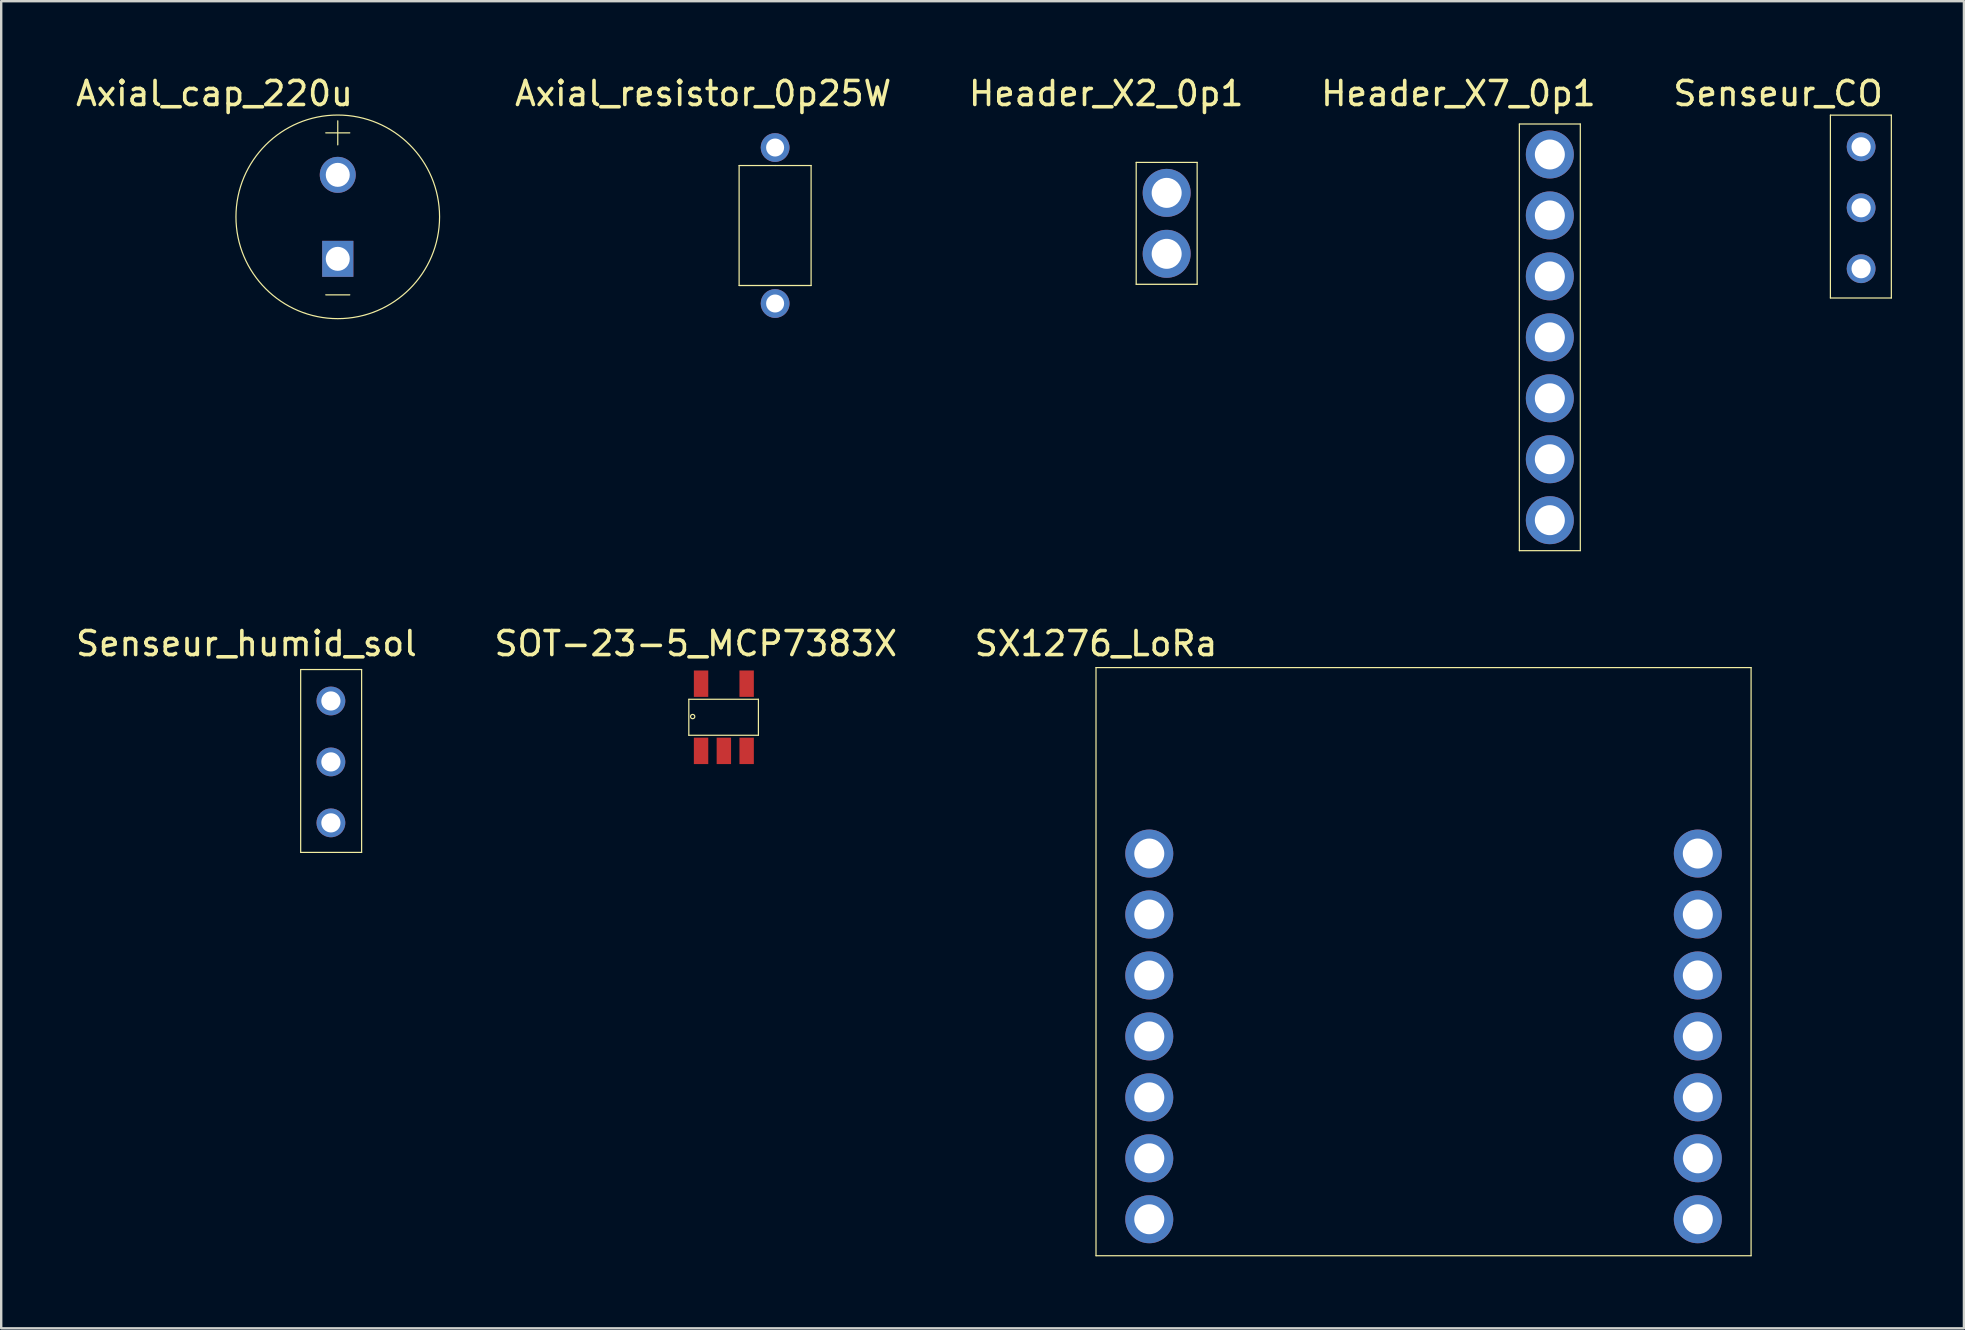
<source format=kicad_pcb>
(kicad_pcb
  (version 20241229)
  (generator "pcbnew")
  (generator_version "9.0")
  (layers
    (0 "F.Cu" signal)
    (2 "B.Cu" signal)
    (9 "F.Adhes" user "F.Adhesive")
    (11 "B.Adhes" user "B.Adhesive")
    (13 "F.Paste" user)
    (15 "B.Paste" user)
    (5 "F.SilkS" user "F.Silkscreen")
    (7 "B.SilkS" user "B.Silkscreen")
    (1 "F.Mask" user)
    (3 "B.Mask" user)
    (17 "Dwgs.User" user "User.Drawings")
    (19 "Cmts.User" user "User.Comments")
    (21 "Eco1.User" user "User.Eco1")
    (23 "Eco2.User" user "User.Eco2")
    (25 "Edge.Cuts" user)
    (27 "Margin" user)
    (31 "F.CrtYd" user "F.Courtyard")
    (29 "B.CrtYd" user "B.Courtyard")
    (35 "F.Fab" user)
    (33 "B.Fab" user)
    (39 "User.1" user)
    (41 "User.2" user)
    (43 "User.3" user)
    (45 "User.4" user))
  (footprint "Senseur_CO"
    (layer "F.Cu")
    (at 73.23 1.748)
    (property "Reference" "Senseur_CO" (at -2.18 -0.9 0) (layer "F.SilkS") (effects (font (size 1 1) (thickness 0.15))))
    (attr through_hole)
    (fp_line (start 0 0) (end 0 7.62) (stroke (width 0.05) (type solid)) (layer "F.SilkS"))
    (fp_line (start 0 7.62) (end 2.54 7.62) (stroke (width 0.05) (type solid)) (layer "F.SilkS"))
    (fp_line (start 2.54 0) (end 0 0) (stroke (width 0.05) (type solid)) (layer "F.SilkS"))
    (fp_line (start 2.54 7.62) (end 2.54 0) (stroke (width 0.05) (type solid)) (layer "F.SilkS"))
    (pad "1" thru_hole circle (at 1.28 1.32) (size 1.2 1.2) (drill 0.8) (layers "*.Cu" "*.Mask"))
    (pad "2" thru_hole circle (at 1.28 3.86) (size 1.2 1.2) (drill 0.8) (layers "*.Cu" "*.Mask"))
    (pad "3" thru_hole circle (at 1.28 6.4) (size 1.2 1.2) (drill 0.8) (layers "*.Cu" "*.Mask")))
  (footprint "Axial_resistor_0p25W"
    (layer "F.Cu")
    (at 27.752 2.348)
    (property "Reference" "Axial_resistor_0p25W" (at -1.5 -1.5 0) (layer "F.SilkS") (effects (font (size 1 1) (thickness 0.15))))
    (attr through_hole)
    (fp_line (start 0 1.5) (end 1.5 1.5) (stroke (width 0.05) (type solid)) (layer "F.SilkS"))
    (fp_line (start 0 6.5) (end 0 1.5) (stroke (width 0.05) (type solid)) (layer "F.SilkS"))
    (fp_line (start 1.5 1.5) (end 3 1.5) (stroke (width 0.05) (type solid)) (layer "F.SilkS"))
    (fp_line (start 3 1.5) (end 3 6.5) (stroke (width 0.05) (type solid)) (layer "F.SilkS"))
    (fp_line (start 3 6.5) (end 0 6.5) (stroke (width 0.05) (type solid)) (layer "F.SilkS"))
    (pad "1" thru_hole circle (at 1.5 0.75) (size 1.2 1.2) (drill 0.75) (layers "*.Cu" "*.Mask"))
    (pad "2" thru_hole circle (at 1.5 7.25) (size 1.2 1.2) (drill 0.75) (layers "*.Cu" "*.Mask")))
  (footprint "Axial_cap_220u"
    (layer "F.Cu")
    (at 6.776 1.737)
    (property "Reference" "Axial_cap_220u" (at -0.889 -0.889 0) (layer "F.SilkS") (effects (font (size 1 1) (thickness 0.15))))
    (attr through_hole)
    (fp_line (start 3.75 0.75) (end 4.75 0.75) (stroke (width 0.05) (type solid)) (layer "F.SilkS"))
    (fp_line (start 3.75 7.5) (end 4.75 7.5) (stroke (width 0.05) (type solid)) (layer "F.SilkS"))
    (fp_line (start 4.25 0.25) (end 4.25 1.25) (stroke (width 0.05) (type solid)) (layer "F.SilkS"))
    (fp_circle (center 4.25 4.25) (end 7.25 7.25) (stroke (width 0.05) (type solid)) (fill no) (layer "F.SilkS"))
    (pad "1" thru_hole circle (at 4.25 2.5) (size 1.5 1.5) (drill 1) (layers "*.Cu" "*.Mask"))
    (pad "2" thru_hole rect (at 4.25 6) (size 1.3 1.5) (drill 1) (layers "*.Cu" "*.Mask")))
  (footprint "Header_X7_0p1"
    (layer "F.Cu")
    (at 60.268 2.118)
    (property "Reference" "Header_X7_0p1" (at -2.54 -1.27 0) (layer "F.SilkS") (effects (font (size 1 1) (thickness 0.15))))
    (attr through_hole)
    (fp_line (start 0 0) (end 0 17.78) (stroke (width 0.05) (type solid)) (layer "F.SilkS"))
    (fp_line (start 0 17.78) (end 2.54 17.78) (stroke (width 0.05) (type solid)) (layer "F.SilkS"))
    (fp_line (start 2.54 0) (end 0 0) (stroke (width 0.05) (type solid)) (layer "F.SilkS"))
    (fp_line (start 2.54 17.78) (end 2.54 0) (stroke (width 0.05) (type solid)) (layer "F.SilkS"))
    (pad "1" thru_hole circle (at 1.27 1.27) (size 2 2) (drill 1.25) (layers "*.Cu" "*.Mask"))
    (pad "2" thru_hole circle (at 1.27 3.81) (size 2 2) (drill 1.25) (layers "*.Cu" "*.Mask"))
    (pad "3" thru_hole circle (at 1.27 6.35) (size 2 2) (drill 1.25) (layers "*.Cu" "*.Mask"))
    (pad "4" thru_hole circle (at 1.27 8.89) (size 2 2) (drill 1.25) (layers "*.Cu" "*.Mask"))
    (pad "5" thru_hole circle (at 1.27 11.43) (size 2 2) (drill 1.25) (layers "*.Cu" "*.Mask"))
    (pad "6" thru_hole circle (at 1.27 13.97) (size 2 2) (drill 1.25) (layers "*.Cu" "*.Mask"))
    (pad "7" thru_hole circle (at 1.27 16.51) (size 2 2) (drill 1.25) (layers "*.Cu" "*.Mask")))
  (footprint "SX1276_LoRa"
    (layer "F.Cu")
    (at 42.625 24.771)
    (property "Reference" "SX1276_LoRa" (at 0 -1 0) (layer "F.SilkS") (effects (font (size 1 1) (thickness 0.15))))
    (attr through_hole)
    (fp_line (start 0 0) (end 0 24.51) (stroke (width 0.05) (type solid)) (layer "F.SilkS"))
    (fp_line (start 0 0) (end 27.3 0) (stroke (width 0.05) (type solid)) (layer "F.SilkS"))
    (fp_line (start 0 24.51) (end 27.3 24.51) (stroke (width 0.05) (type solid)) (layer "F.SilkS"))
    (fp_line (start 27.3 0) (end 27.3 24.51) (stroke (width 0.05) (type solid)) (layer "F.SilkS"))
    (pad "1" thru_hole circle (at 25.08 22.99) (size 2 2) (drill 1.25) (layers "*.Cu" "*.Mask"))
    (pad "2" thru_hole circle (at 25.08 20.45) (size 2 2) (drill 1.25) (layers "*.Cu" "*.Mask"))
    (pad "3" thru_hole circle (at 25.08 17.91) (size 2 2) (drill 1.25) (layers "*.Cu" "*.Mask"))
    (pad "4" thru_hole circle (at 25.08 15.37) (size 2 2) (drill 1.25) (layers "*.Cu" "*.Mask"))
    (pad "5" thru_hole circle (at 25.08 12.83) (size 2 2) (drill 1.25) (layers "*.Cu" "*.Mask"))
    (pad "6" thru_hole circle (at 25.08 10.29) (size 2 2) (drill 1.25) (layers "*.Cu" "*.Mask"))
    (pad "7" thru_hole circle (at 25.08 7.75) (size 2 2) (drill 1.25) (layers "*.Cu" "*.Mask"))
    (pad "8" thru_hole circle (at 2.22 7.75) (size 2 2) (drill 1.25) (layers "*.Cu" "*.Mask"))
    (pad "9" thru_hole circle (at 2.22 10.29) (size 2 2) (drill 1.25) (layers "*.Cu" "*.Mask"))
    (pad "10" thru_hole circle (at 2.22 12.83) (size 2 2) (drill 1.25) (layers "*.Cu" "*.Mask"))
    (pad "11" thru_hole circle (at 2.22 15.37) (size 2 2) (drill 1.25) (layers "*.Cu" "*.Mask"))
    (pad "12" thru_hole circle (at 2.22 17.91) (size 2 2) (drill 1.25) (layers "*.Cu" "*.Mask"))
    (pad "13" thru_hole circle (at 2.22 20.45) (size 2 2) (drill 1.25) (layers "*.Cu" "*.Mask"))
    (pad "14" thru_hole circle (at 2.22 22.99) (size 2 2) (drill 1.25) (layers "*.Cu" "*.Mask")))
  (footprint "Header_X2_0p1"
    (layer "F.Cu")
    (at 43.03 2.448)
    (property "Reference" "Header_X2_0p1" (at 0.02 -1.6 0) (layer "F.SilkS") (effects (font (size 1 1) (thickness 0.15))))
    (attr through_hole)
    (fp_line (start 1.27 1.27) (end 3.81 1.27) (stroke (width 0.05) (type solid)) (layer "F.SilkS"))
    (fp_line (start 1.27 6.35) (end 1.27 1.27) (stroke (width 0.05) (type solid)) (layer "F.SilkS"))
    (fp_line (start 3.81 1.27) (end 3.81 6.35) (stroke (width 0.05) (type solid)) (layer "F.SilkS"))
    (fp_line (start 3.81 6.35) (end 1.27 6.35) (stroke (width 0.05) (type solid)) (layer "F.SilkS"))
    (pad "1" thru_hole circle (at 2.54 2.54) (size 2 2) (drill 1.25) (layers "*.Cu" "*.Mask"))
    (pad "2" thru_hole circle (at 2.54 5.08) (size 2 2) (drill 1.25) (layers "*.Cu" "*.Mask")))
  (footprint "Senseur_humid_sol"
    (layer "F.Cu")
    (at 9.42 24.802)
    (property "Reference" "Senseur_humid_sol" (at -2.2 -1.03 0) (layer "F.SilkS") (effects (font (size 1 1) (thickness 0.15))))
    (attr through_hole)
    (fp_line (start 0.06 0.05) (end 2.6 0.05) (stroke (width 0.05) (type solid)) (layer "F.SilkS"))
    (fp_line (start 0.06 7.67) (end 0.06 0.05) (stroke (width 0.05) (type solid)) (layer "F.SilkS"))
    (fp_line (start 2.6 0.05) (end 2.6 7.67) (stroke (width 0.05) (type solid)) (layer "F.SilkS"))
    (fp_line (start 2.6 7.67) (end 0.06 7.67) (stroke (width 0.05) (type solid)) (layer "F.SilkS"))
    (pad "1" thru_hole circle (at 1.32 1.36) (size 1.2 1.2) (drill 0.8) (layers "*.Cu" "*.Mask"))
    (pad "2" thru_hole circle (at 1.32 3.9) (size 1.2 1.2) (drill 0.8) (layers "*.Cu" "*.Mask"))
    (pad "3" thru_hole circle (at 1.32 6.44) (size 1.2 1.2) (drill 0.8) (layers "*.Cu" "*.Mask")))
  (footprint "SOT-23-5_MCP7383X"
    (layer "F.Cu")
    (at 25.866 24.892)
    (property "Reference" "SOT-23-5_MCP7383X" (at 0.08 -1.12 0) (layer "F.SilkS") (effects (font (size 1 1) (thickness 0.15))))
    (attr through_hole)
    (fp_line (start -0.21 1.2) (end -0.21 2.7) (stroke (width 0.05) (type solid)) (layer "F.SilkS"))
    (fp_line (start -0.21 1.2) (end 2.69 1.2) (stroke (width 0.05) (type solid)) (layer "F.SilkS"))
    (fp_line (start -0.21 2.7) (end 2.69 2.7) (stroke (width 0.05) (type solid)) (layer "F.SilkS"))
    (fp_line (start 2.69 1.2) (end 2.69 2.7) (stroke (width 0.05) (type solid)) (layer "F.SilkS"))
    (fp_circle (center -0.05 1.92) (end 0.03 1.96) (stroke (width 0.05) (type solid)) (fill no) (layer "F.SilkS"))
    (pad "1" smd rect (at 0.3 3.35) (size 0.6 1.1) (layers "F.Cu" "F.Mask" "F.Paste"))
    (pad "2" smd rect (at 1.25 3.35) (size 0.6 1.1) (layers "F.Cu" "F.Mask" "F.Paste"))
    (pad "3" smd rect (at 2.2 3.35) (size 0.6 1.1) (layers "F.Cu" "F.Mask" "F.Paste"))
    (pad "4" smd rect (at 2.2 0.55) (size 0.6 1.1) (layers "F.Cu" "F.Mask" "F.Paste"))
    (pad "5" smd rect (at 0.3 0.55) (size 0.6 1.1) (layers "F.Cu" "F.Mask" "F.Paste")))
  (gr_rect
    (start -3 -3)
    (end 78.795 52.306)
    (stroke (width 0.1) (type default))
    (fill no)
    (layer "Edge.Cuts")))
</source>
